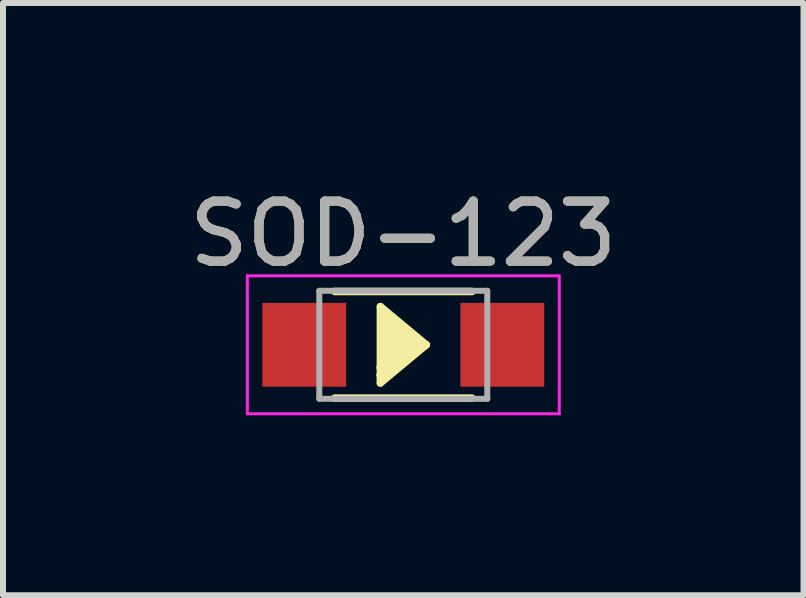
<source format=kicad_pcb>
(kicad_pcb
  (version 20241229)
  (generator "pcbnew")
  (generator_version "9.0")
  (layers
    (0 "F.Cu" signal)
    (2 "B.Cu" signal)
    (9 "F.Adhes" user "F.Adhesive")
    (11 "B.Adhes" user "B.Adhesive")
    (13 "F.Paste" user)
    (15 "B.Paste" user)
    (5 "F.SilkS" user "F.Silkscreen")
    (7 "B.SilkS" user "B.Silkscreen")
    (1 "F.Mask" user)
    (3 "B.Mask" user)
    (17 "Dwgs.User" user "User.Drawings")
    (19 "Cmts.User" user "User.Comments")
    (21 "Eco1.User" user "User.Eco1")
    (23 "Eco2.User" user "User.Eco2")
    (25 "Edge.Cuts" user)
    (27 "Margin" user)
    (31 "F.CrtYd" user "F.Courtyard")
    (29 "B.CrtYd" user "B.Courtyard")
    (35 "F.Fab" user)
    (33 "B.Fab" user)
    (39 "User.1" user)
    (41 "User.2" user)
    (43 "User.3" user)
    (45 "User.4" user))
  (footprint "SOD-123"
    (layer "F.Cu")
    (at 3.673 2.698)
    (property "Reference" "SOD-123" (at 0 -1.85 0) (layer "F.SilkS") (effects (font (size 1 1) (thickness 0.15))))
    (attr smd)
    (fp_line (start -1.143 -0.889) (end 1.143 -0.889) (stroke (width 0.127) (type solid)) (layer "F.SilkS"))
    (fp_line (start -0.381 -0.635) (end 0.381 0) (stroke (width 0.127) (type solid)) (layer "F.SilkS"))
    (fp_line (start -0.381 0.381) (end -0.381 -0.635) (stroke (width 0.127) (type solid)) (layer "F.SilkS"))
    (fp_line (start -0.381 0.381) (end -0.254 -0.381) (stroke (width 0.127) (type solid)) (layer "F.SilkS"))
    (fp_line (start -0.381 0.508) (end -0.381 0.381) (stroke (width 0.127) (type solid)) (layer "F.SilkS"))
    (fp_line (start -0.381 0.508) (end -0.254 -0.508) (stroke (width 0.127) (type solid)) (layer "F.SilkS"))
    (fp_line (start -0.381 0.635) (end -0.381 0.508) (stroke (width 0.127) (type solid)) (layer "F.SilkS"))
    (fp_line (start -0.254 -0.508) (end 0.254 0) (stroke (width 0.127) (type solid)) (layer "F.SilkS"))
    (fp_line (start -0.254 -0.381) (end 0.127 0) (stroke (width 0.127) (type solid)) (layer "F.SilkS"))
    (fp_line (start -0.254 -0.254) (end -0.127 -0.127) (stroke (width 0.127) (type solid)) (layer "F.SilkS"))
    (fp_line (start -0.254 0.127) (end -0.254 -0.254) (stroke (width 0.127) (type solid)) (layer "F.SilkS"))
    (fp_line (start -0.254 0.127) (end -0.127 -0.127) (stroke (width 0.127) (type solid)) (layer "F.SilkS"))
    (fp_line (start -0.254 0.254) (end -0.254 0.127) (stroke (width 0.127) (type solid)) (layer "F.SilkS"))
    (fp_line (start -0.127 -0.127) (end -0.127 0) (stroke (width 0.127) (type solid)) (layer "F.SilkS"))
    (fp_line (start -0.127 -0.127) (end 0 0) (stroke (width 0.127) (type solid)) (layer "F.SilkS"))
    (fp_line (start 0 0) (end -0.254 0.127) (stroke (width 0.127) (type solid)) (layer "F.SilkS"))
    (fp_line (start 0.127 0) (end -0.254 0.254) (stroke (width 0.127) (type solid)) (layer "F.SilkS"))
    (fp_line (start 0.254 0) (end -0.381 0.381) (stroke (width 0.127) (type solid)) (layer "F.SilkS"))
    (fp_line (start 0.381 0) (end -0.381 0.508) (stroke (width 0.127) (type solid)) (layer "F.SilkS"))
    (fp_line (start 0.381 0) (end -0.381 0.635) (stroke (width 0.127) (type solid)) (layer "F.SilkS"))
    (fp_line (start 1.143 0.889) (end -1.143 0.889) (stroke (width 0.127) (type solid)) (layer "F.SilkS"))
    (fp_line (start -2.6 -1.15) (end -2.6 1.15) (stroke (width 0.05) (type solid)) (layer "F.CrtYd"))
    (fp_line (start -2.6 1.15) (end 2.6 1.15) (stroke (width 0.05) (type solid)) (layer "F.CrtYd"))
    (fp_line (start 2.6 -1.15) (end -2.6 -1.15) (stroke (width 0.05) (type solid)) (layer "F.CrtYd"))
    (fp_line (start 2.6 1.15) (end 2.6 -1.15) (stroke (width 0.05) (type solid)) (layer "F.CrtYd"))
    (fp_line (start -1.4 -0.9) (end 1.4 -0.9) (stroke (width 0.1) (type solid)) (layer "F.Fab"))
    (fp_line (start -1.4 0.9) (end -1.4 -0.9) (stroke (width 0.1) (type solid)) (layer "F.Fab"))
    (fp_line (start 1.4 -0.9) (end 1.4 0.9) (stroke (width 0.1) (type solid)) (layer "F.Fab"))
    (fp_line (start 1.4 0.9) (end -1.4 0.9) (stroke (width 0.1) (type solid)) (layer "F.Fab"))
    (fp_text user "${REFERENCE}" (at 0 -1.85 0) (layer "F.Fab") (effects (font (size 1 1) (thickness 0.15))))
    (pad "1" smd rect (at -1.651 0 180) (size 1.397 1.397) (layers "F.Cu" "F.Mask" "F.Paste"))
    (pad "2" smd rect (at 1.651 0 180) (size 1.397 1.397) (layers "F.Cu" "F.Mask" "F.Paste")))
  (gr_rect
    (start -3 -3)
    (end 10.345 6.873)
    (stroke (width 0.1) (type default))
    (fill no)
    (layer "Edge.Cuts")))
</source>
